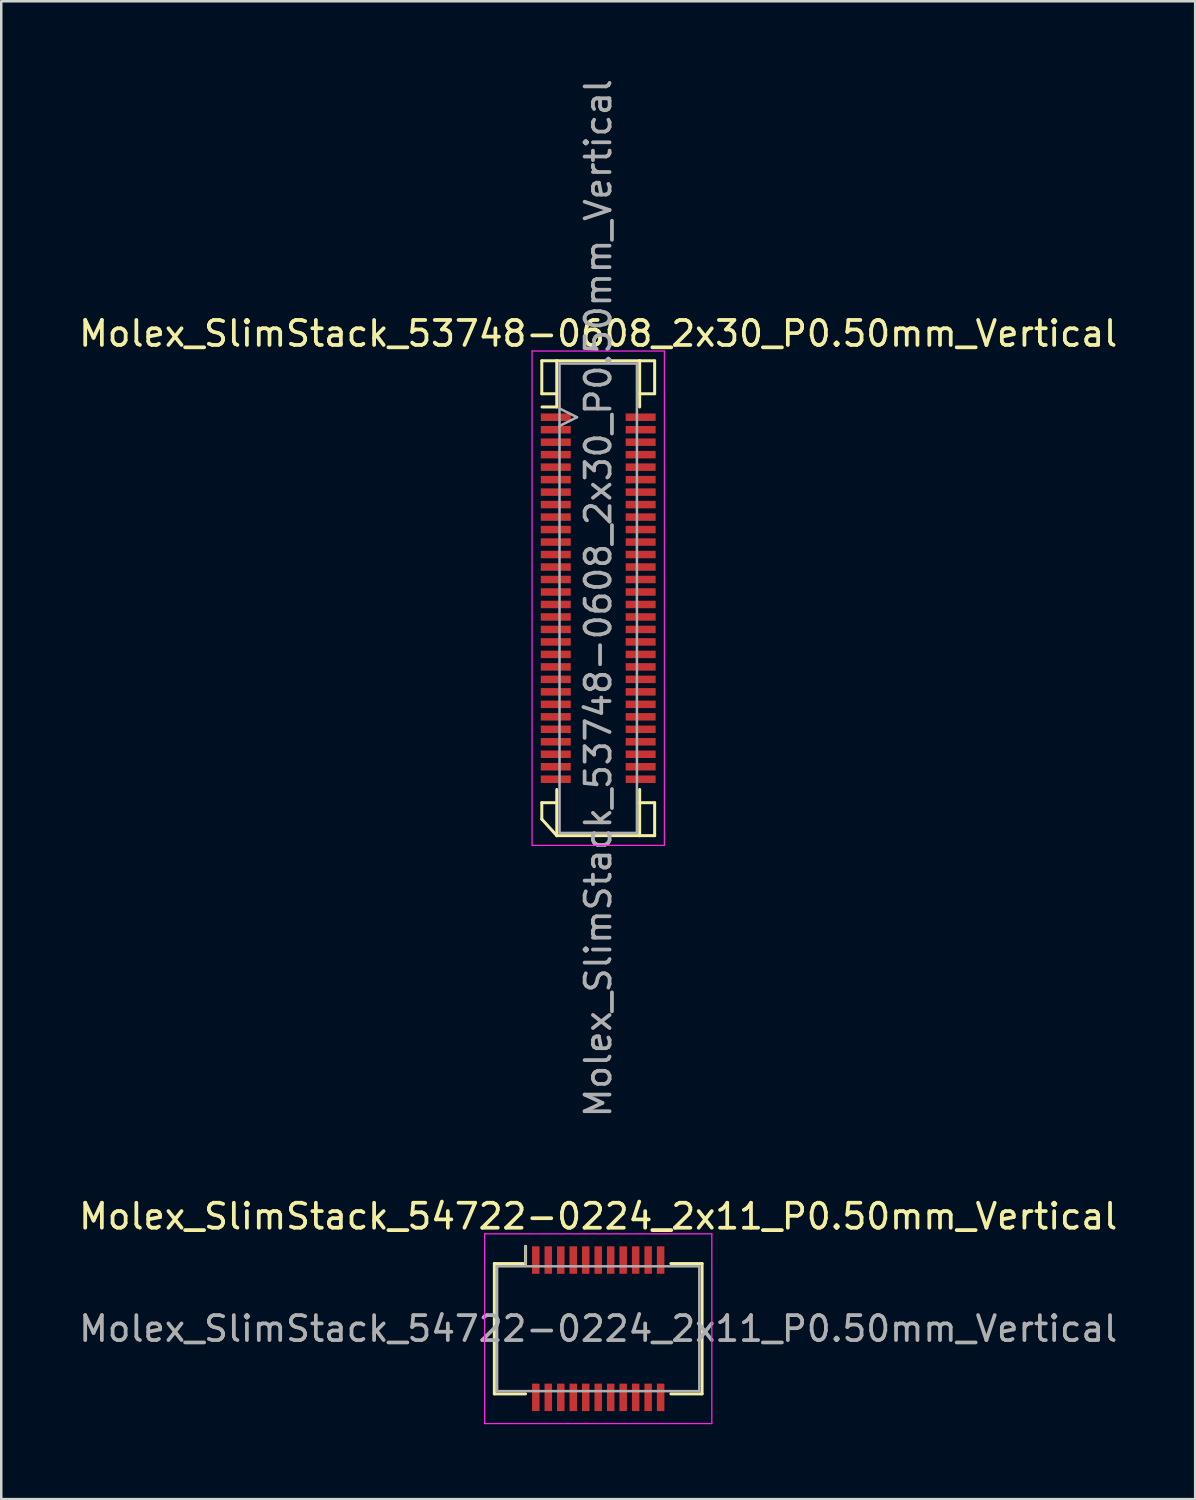
<source format=kicad_pcb>
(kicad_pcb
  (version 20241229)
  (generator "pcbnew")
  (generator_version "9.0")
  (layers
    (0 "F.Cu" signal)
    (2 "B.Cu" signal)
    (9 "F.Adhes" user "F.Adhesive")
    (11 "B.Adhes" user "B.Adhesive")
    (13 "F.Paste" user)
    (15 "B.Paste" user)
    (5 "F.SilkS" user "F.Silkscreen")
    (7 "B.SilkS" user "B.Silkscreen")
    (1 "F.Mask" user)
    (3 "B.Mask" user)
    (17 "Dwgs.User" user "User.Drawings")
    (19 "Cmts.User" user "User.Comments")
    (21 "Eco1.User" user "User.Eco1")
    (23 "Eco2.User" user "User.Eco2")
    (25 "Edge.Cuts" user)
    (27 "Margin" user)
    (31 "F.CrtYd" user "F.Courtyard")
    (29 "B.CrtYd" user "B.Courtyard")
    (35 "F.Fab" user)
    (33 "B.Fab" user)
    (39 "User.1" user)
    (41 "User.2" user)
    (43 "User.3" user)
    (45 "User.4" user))
  (footprint "Molex_SlimStack_54722-0224_2x11_P0.50mm_Vertical"
    (layer "F.Cu")
    (at 20.911 50.17)
    (property "Reference" "Molex_SlimStack_54722-0224_2x11_P0.50mm_Vertical" (at 0 -4.5 0) (layer "F.SilkS") (effects (font (size 1 1) (thickness 0.15))))
    (attr smd)
    (fp_line (start -4.16 -2.61) (end -2.91 -2.61) (stroke (width 0.12) (type solid)) (layer "F.SilkS"))
    (fp_line (start -4.16 2.61) (end -4.16 -2.61) (stroke (width 0.12) (type solid)) (layer "F.SilkS"))
    (fp_line (start -2.91 -2.61) (end -2.91 -3.3) (stroke (width 0.12) (type solid)) (layer "F.SilkS"))
    (fp_line (start -2.91 2.61) (end -4.16 2.61) (stroke (width 0.12) (type solid)) (layer "F.SilkS"))
    (fp_line (start 2.91 2.61) (end 4.16 2.61) (stroke (width 0.12) (type solid)) (layer "F.SilkS"))
    (fp_line (start 4.16 -2.61) (end 2.91 -2.61) (stroke (width 0.12) (type solid)) (layer "F.SilkS"))
    (fp_line (start 4.16 2.61) (end 4.16 -2.61) (stroke (width 0.12) (type solid)) (layer "F.SilkS"))
    (fp_line (start -4.55 -3.8) (end -4.55 3.8) (stroke (width 0.05) (type solid)) (layer "F.CrtYd"))
    (fp_line (start -4.55 3.8) (end 4.55 3.8) (stroke (width 0.05) (type solid)) (layer "F.CrtYd"))
    (fp_line (start 4.55 -3.8) (end -4.55 -3.8) (stroke (width 0.05) (type solid)) (layer "F.CrtYd"))
    (fp_line (start 4.55 3.8) (end 4.55 -3.8) (stroke (width 0.05) (type solid)) (layer "F.CrtYd"))
    (fp_line (start -4.05 -2.5) (end -4.05 2.5) (stroke (width 0.1) (type solid)) (layer "F.Fab"))
    (fp_line (start -4.05 2.5) (end 4.05 2.5) (stroke (width 0.1) (type solid)) (layer "F.Fab"))
    (fp_line (start -2.91 -2.61) (end -2.91 -3.3) (stroke (width 0.1) (type solid)) (layer "F.Fab"))
    (fp_line (start 4.05 -2.5) (end -4.05 -2.5) (stroke (width 0.1) (type solid)) (layer "F.Fab"))
    (fp_line (start 4.05 2.5) (end 4.05 -2.5) (stroke (width 0.1) (type solid)) (layer "F.Fab"))
    (fp_text user "${REFERENCE}" (at 0 0 0) (layer "F.Fab") (effects (font (size 1 1) (thickness 0.15))))
    (pad "1" smd rect (at -2.5 -2.75) (size 0.3 1.1) (layers "F.Cu" "F.Mask" "F.Paste"))
    (pad "2" smd rect (at -2.5 2.75) (size 0.3 1.1) (layers "F.Cu" "F.Mask" "F.Paste"))
    (pad "3" smd rect (at -2 -2.75) (size 0.3 1.1) (layers "F.Cu" "F.Mask" "F.Paste"))
    (pad "4" smd rect (at -2 2.75) (size 0.3 1.1) (layers "F.Cu" "F.Mask" "F.Paste"))
    (pad "5" smd rect (at -1.5 -2.75) (size 0.3 1.1) (layers "F.Cu" "F.Mask" "F.Paste"))
    (pad "6" smd rect (at -1.5 2.75) (size 0.3 1.1) (layers "F.Cu" "F.Mask" "F.Paste"))
    (pad "7" smd rect (at -1 -2.75) (size 0.3 1.1) (layers "F.Cu" "F.Mask" "F.Paste"))
    (pad "8" smd rect (at -1 2.75) (size 0.3 1.1) (layers "F.Cu" "F.Mask" "F.Paste"))
    (pad "9" smd rect (at -0.5 -2.75) (size 0.3 1.1) (layers "F.Cu" "F.Mask" "F.Paste"))
    (pad "10" smd rect (at -0.5 2.75) (size 0.3 1.1) (layers "F.Cu" "F.Mask" "F.Paste"))
    (pad "11" smd rect (at 0 -2.75) (size 0.3 1.1) (layers "F.Cu" "F.Mask" "F.Paste"))
    (pad "12" smd rect (at 0 2.75) (size 0.3 1.1) (layers "F.Cu" "F.Mask" "F.Paste"))
    (pad "13" smd rect (at 0.5 -2.75) (size 0.3 1.1) (layers "F.Cu" "F.Mask" "F.Paste"))
    (pad "14" smd rect (at 0.5 2.75) (size 0.3 1.1) (layers "F.Cu" "F.Mask" "F.Paste"))
    (pad "15" smd rect (at 1 -2.75) (size 0.3 1.1) (layers "F.Cu" "F.Mask" "F.Paste"))
    (pad "16" smd rect (at 1 2.75) (size 0.3 1.1) (layers "F.Cu" "F.Mask" "F.Paste"))
    (pad "17" smd rect (at 1.5 -2.75) (size 0.3 1.1) (layers "F.Cu" "F.Mask" "F.Paste"))
    (pad "18" smd rect (at 1.5 2.75) (size 0.3 1.1) (layers "F.Cu" "F.Mask" "F.Paste"))
    (pad "19" smd rect (at 2 -2.75) (size 0.3 1.1) (layers "F.Cu" "F.Mask" "F.Paste"))
    (pad "20" smd rect (at 2 2.75) (size 0.3 1.1) (layers "F.Cu" "F.Mask" "F.Paste"))
    (pad "21" smd rect (at 2.5 -2.75) (size 0.3 1.1) (layers "F.Cu" "F.Mask" "F.Paste"))
    (pad "22" smd rect (at 2.5 2.75) (size 0.3 1.1) (layers "F.Cu" "F.Mask" "F.Paste")))
  (footprint "Molex_SlimStack_53748-0608_2x30_P0.50mm_Vertical"
    (layer "F.Cu")
    (at 20.911 20.911)
    (property "Reference" "Molex_SlimStack_53748-0608_2x30_P0.50mm_Vertical" (at 0 -10.6 0) (layer "F.SilkS") (effects (font (size 1 1) (thickness 0.15))))
    (attr smd)
    (fp_line (start -2.26 -9.51) (end -2.26 -8.19) (stroke (width 0.12) (type solid)) (layer "F.SilkS"))
    (fp_line (start -2.26 -8.19) (end -1.66 -8.19) (stroke (width 0.12) (type solid)) (layer "F.SilkS"))
    (fp_line (start -2.26 8.19) (end -1.66 8.19) (stroke (width 0.12) (type solid)) (layer "F.SilkS"))
    (fp_line (start -2.26 8.85) (end -2.26 8.19) (stroke (width 0.12) (type solid)) (layer "F.SilkS"))
    (fp_line (start -1.66 -9.51) (end -2.26 -9.51) (stroke (width 0.12) (type solid)) (layer "F.SilkS"))
    (fp_line (start -1.66 -9.51) (end -1.66 -7.66) (stroke (width 0.12) (type solid)) (layer "F.SilkS"))
    (fp_line (start -1.66 -7.66) (end -2.25 -7.66) (stroke (width 0.12) (type solid)) (layer "F.SilkS"))
    (fp_line (start -1.66 9.51) (end -2.26 8.85) (stroke (width 0.12) (type solid)) (layer "F.SilkS"))
    (fp_line (start -1.66 9.51) (end -1.66 7.66) (stroke (width 0.12) (type solid)) (layer "F.SilkS"))
    (fp_line (start 1.66 -9.51) (end -1.66 -9.51) (stroke (width 0.12) (type solid)) (layer "F.SilkS"))
    (fp_line (start 1.66 -9.51) (end 2.26 -9.51) (stroke (width 0.12) (type solid)) (layer "F.SilkS"))
    (fp_line (start 1.66 -7.66) (end 1.66 -9.51) (stroke (width 0.12) (type solid)) (layer "F.SilkS"))
    (fp_line (start 1.66 7.66) (end 1.66 9.51) (stroke (width 0.12) (type solid)) (layer "F.SilkS"))
    (fp_line (start 1.66 9.51) (end -1.66 9.51) (stroke (width 0.12) (type solid)) (layer "F.SilkS"))
    (fp_line (start 1.66 9.51) (end 2.26 9.51) (stroke (width 0.12) (type solid)) (layer "F.SilkS"))
    (fp_line (start 2.26 -9.51) (end 2.26 -8.19) (stroke (width 0.12) (type solid)) (layer "F.SilkS"))
    (fp_line (start 2.26 -8.19) (end 1.66 -8.19) (stroke (width 0.12) (type solid)) (layer "F.SilkS"))
    (fp_line (start 2.26 8.19) (end 1.66 8.19) (stroke (width 0.12) (type solid)) (layer "F.SilkS"))
    (fp_line (start 2.26 9.51) (end 2.26 8.19) (stroke (width 0.12) (type solid)) (layer "F.SilkS"))
    (fp_line (start -2.65 -9.9) (end -2.65 9.9) (stroke (width 0.05) (type solid)) (layer "F.CrtYd"))
    (fp_line (start -2.65 9.9) (end 2.65 9.9) (stroke (width 0.05) (type solid)) (layer "F.CrtYd"))
    (fp_line (start 2.65 -9.9) (end -2.65 -9.9) (stroke (width 0.05) (type solid)) (layer "F.CrtYd"))
    (fp_line (start 2.65 9.9) (end 2.65 -9.9) (stroke (width 0.05) (type solid)) (layer "F.CrtYd"))
    (fp_line (start -1.55 -9.4) (end -1.55 9.4) (stroke (width 0.1) (type solid)) (layer "F.Fab"))
    (fp_line (start -1.55 9.4) (end 1.55 9.4) (stroke (width 0.1) (type solid)) (layer "F.Fab"))
    (fp_line (start -0.85 -7.25) (end -1.55 -7.6) (stroke (width 0.1) (type solid)) (layer "F.Fab"))
    (fp_line (start -0.85 -7.25) (end -1.55 -6.9) (stroke (width 0.1) (type solid)) (layer "F.Fab"))
    (fp_line (start 1.55 -9.4) (end -1.55 -9.4) (stroke (width 0.1) (type solid)) (layer "F.Fab"))
    (fp_line (start 1.55 9.4) (end 1.55 -9.4) (stroke (width 0.1) (type solid)) (layer "F.Fab"))
    (fp_text user "${REFERENCE}" (at 0 0 90) (layer "F.Fab") (effects (font (size 1 1) (thickness 0.15))))
    (pad "1" smd rect (at -1.7 -7.25) (size 1.2 0.3) (layers "F.Cu" "F.Mask" "F.Paste"))
    (pad "2" smd rect (at 1.7 -7.25) (size 1.2 0.3) (layers "F.Cu" "F.Mask" "F.Paste"))
    (pad "3" smd rect (at -1.7 -6.75) (size 1.2 0.3) (layers "F.Cu" "F.Mask" "F.Paste"))
    (pad "4" smd rect (at 1.7 -6.75) (size 1.2 0.3) (layers "F.Cu" "F.Mask" "F.Paste"))
    (pad "5" smd rect (at -1.7 -6.25) (size 1.2 0.3) (layers "F.Cu" "F.Mask" "F.Paste"))
    (pad "6" smd rect (at 1.7 -6.25) (size 1.2 0.3) (layers "F.Cu" "F.Mask" "F.Paste"))
    (pad "7" smd rect (at -1.7 -5.75) (size 1.2 0.3) (layers "F.Cu" "F.Mask" "F.Paste"))
    (pad "8" smd rect (at 1.7 -5.75) (size 1.2 0.3) (layers "F.Cu" "F.Mask" "F.Paste"))
    (pad "9" smd rect (at -1.7 -5.25) (size 1.2 0.3) (layers "F.Cu" "F.Mask" "F.Paste"))
    (pad "10" smd rect (at 1.7 -5.25) (size 1.2 0.3) (layers "F.Cu" "F.Mask" "F.Paste"))
    (pad "11" smd rect (at -1.7 -4.75) (size 1.2 0.3) (layers "F.Cu" "F.Mask" "F.Paste"))
    (pad "12" smd rect (at 1.7 -4.75) (size 1.2 0.3) (layers "F.Cu" "F.Mask" "F.Paste"))
    (pad "13" smd rect (at -1.7 -4.25) (size 1.2 0.3) (layers "F.Cu" "F.Mask" "F.Paste"))
    (pad "14" smd rect (at 1.7 -4.25) (size 1.2 0.3) (layers "F.Cu" "F.Mask" "F.Paste"))
    (pad "15" smd rect (at -1.7 -3.75) (size 1.2 0.3) (layers "F.Cu" "F.Mask" "F.Paste"))
    (pad "16" smd rect (at 1.7 -3.75) (size 1.2 0.3) (layers "F.Cu" "F.Mask" "F.Paste"))
    (pad "17" smd rect (at -1.7 -3.25) (size 1.2 0.3) (layers "F.Cu" "F.Mask" "F.Paste"))
    (pad "18" smd rect (at 1.7 -3.25) (size 1.2 0.3) (layers "F.Cu" "F.Mask" "F.Paste"))
    (pad "19" smd rect (at -1.7 -2.75) (size 1.2 0.3) (layers "F.Cu" "F.Mask" "F.Paste"))
    (pad "20" smd rect (at 1.7 -2.75) (size 1.2 0.3) (layers "F.Cu" "F.Mask" "F.Paste"))
    (pad "21" smd rect (at -1.7 -2.25) (size 1.2 0.3) (layers "F.Cu" "F.Mask" "F.Paste"))
    (pad "22" smd rect (at 1.7 -2.25) (size 1.2 0.3) (layers "F.Cu" "F.Mask" "F.Paste"))
    (pad "23" smd rect (at -1.7 -1.75) (size 1.2 0.3) (layers "F.Cu" "F.Mask" "F.Paste"))
    (pad "24" smd rect (at 1.7 -1.75) (size 1.2 0.3) (layers "F.Cu" "F.Mask" "F.Paste"))
    (pad "25" smd rect (at -1.7 -1.25) (size 1.2 0.3) (layers "F.Cu" "F.Mask" "F.Paste"))
    (pad "26" smd rect (at 1.7 -1.25) (size 1.2 0.3) (layers "F.Cu" "F.Mask" "F.Paste"))
    (pad "27" smd rect (at -1.7 -0.75) (size 1.2 0.3) (layers "F.Cu" "F.Mask" "F.Paste"))
    (pad "28" smd rect (at 1.7 -0.75) (size 1.2 0.3) (layers "F.Cu" "F.Mask" "F.Paste"))
    (pad "29" smd rect (at -1.7 -0.25) (size 1.2 0.3) (layers "F.Cu" "F.Mask" "F.Paste"))
    (pad "30" smd rect (at 1.7 -0.25) (size 1.2 0.3) (layers "F.Cu" "F.Mask" "F.Paste"))
    (pad "31" smd rect (at -1.7 0.25) (size 1.2 0.3) (layers "F.Cu" "F.Mask" "F.Paste"))
    (pad "32" smd rect (at 1.7 0.25) (size 1.2 0.3) (layers "F.Cu" "F.Mask" "F.Paste"))
    (pad "33" smd rect (at -1.7 0.75) (size 1.2 0.3) (layers "F.Cu" "F.Mask" "F.Paste"))
    (pad "34" smd rect (at 1.7 0.75) (size 1.2 0.3) (layers "F.Cu" "F.Mask" "F.Paste"))
    (pad "35" smd rect (at -1.7 1.25) (size 1.2 0.3) (layers "F.Cu" "F.Mask" "F.Paste"))
    (pad "36" smd rect (at 1.7 1.25) (size 1.2 0.3) (layers "F.Cu" "F.Mask" "F.Paste"))
    (pad "37" smd rect (at -1.7 1.75) (size 1.2 0.3) (layers "F.Cu" "F.Mask" "F.Paste"))
    (pad "38" smd rect (at 1.7 1.75) (size 1.2 0.3) (layers "F.Cu" "F.Mask" "F.Paste"))
    (pad "39" smd rect (at -1.7 2.25) (size 1.2 0.3) (layers "F.Cu" "F.Mask" "F.Paste"))
    (pad "40" smd rect (at 1.7 2.25) (size 1.2 0.3) (layers "F.Cu" "F.Mask" "F.Paste"))
    (pad "41" smd rect (at -1.7 2.75) (size 1.2 0.3) (layers "F.Cu" "F.Mask" "F.Paste"))
    (pad "42" smd rect (at 1.7 2.75) (size 1.2 0.3) (layers "F.Cu" "F.Mask" "F.Paste"))
    (pad "43" smd rect (at -1.7 3.25) (size 1.2 0.3) (layers "F.Cu" "F.Mask" "F.Paste"))
    (pad "44" smd rect (at 1.7 3.25) (size 1.2 0.3) (layers "F.Cu" "F.Mask" "F.Paste"))
    (pad "45" smd rect (at -1.7 3.75) (size 1.2 0.3) (layers "F.Cu" "F.Mask" "F.Paste"))
    (pad "46" smd rect (at 1.7 3.75) (size 1.2 0.3) (layers "F.Cu" "F.Mask" "F.Paste"))
    (pad "47" smd rect (at -1.7 4.25) (size 1.2 0.3) (layers "F.Cu" "F.Mask" "F.Paste"))
    (pad "48" smd rect (at 1.7 4.25) (size 1.2 0.3) (layers "F.Cu" "F.Mask" "F.Paste"))
    (pad "49" smd rect (at -1.7 4.75) (size 1.2 0.3) (layers "F.Cu" "F.Mask" "F.Paste"))
    (pad "50" smd rect (at 1.7 4.75) (size 1.2 0.3) (layers "F.Cu" "F.Mask" "F.Paste"))
    (pad "51" smd rect (at -1.7 5.25) (size 1.2 0.3) (layers "F.Cu" "F.Mask" "F.Paste"))
    (pad "52" smd rect (at 1.7 5.25) (size 1.2 0.3) (layers "F.Cu" "F.Mask" "F.Paste"))
    (pad "53" smd rect (at -1.7 5.75) (size 1.2 0.3) (layers "F.Cu" "F.Mask" "F.Paste"))
    (pad "54" smd rect (at 1.7 5.75) (size 1.2 0.3) (layers "F.Cu" "F.Mask" "F.Paste"))
    (pad "55" smd rect (at -1.7 6.25) (size 1.2 0.3) (layers "F.Cu" "F.Mask" "F.Paste"))
    (pad "56" smd rect (at 1.7 6.25) (size 1.2 0.3) (layers "F.Cu" "F.Mask" "F.Paste"))
    (pad "57" smd rect (at -1.7 6.75) (size 1.2 0.3) (layers "F.Cu" "F.Mask" "F.Paste"))
    (pad "58" smd rect (at 1.7 6.75) (size 1.2 0.3) (layers "F.Cu" "F.Mask" "F.Paste"))
    (pad "59" smd rect (at -1.7 7.25) (size 1.2 0.3) (layers "F.Cu" "F.Mask" "F.Paste"))
    (pad "60" smd rect (at 1.7 7.25) (size 1.2 0.3) (layers "F.Cu" "F.Mask" "F.Paste")))
  (gr_rect
    (start -3 -3)
    (end 44.821 56.995)
    (stroke (width 0.1) (type default))
    (fill no)
    (layer "Edge.Cuts")))
</source>
